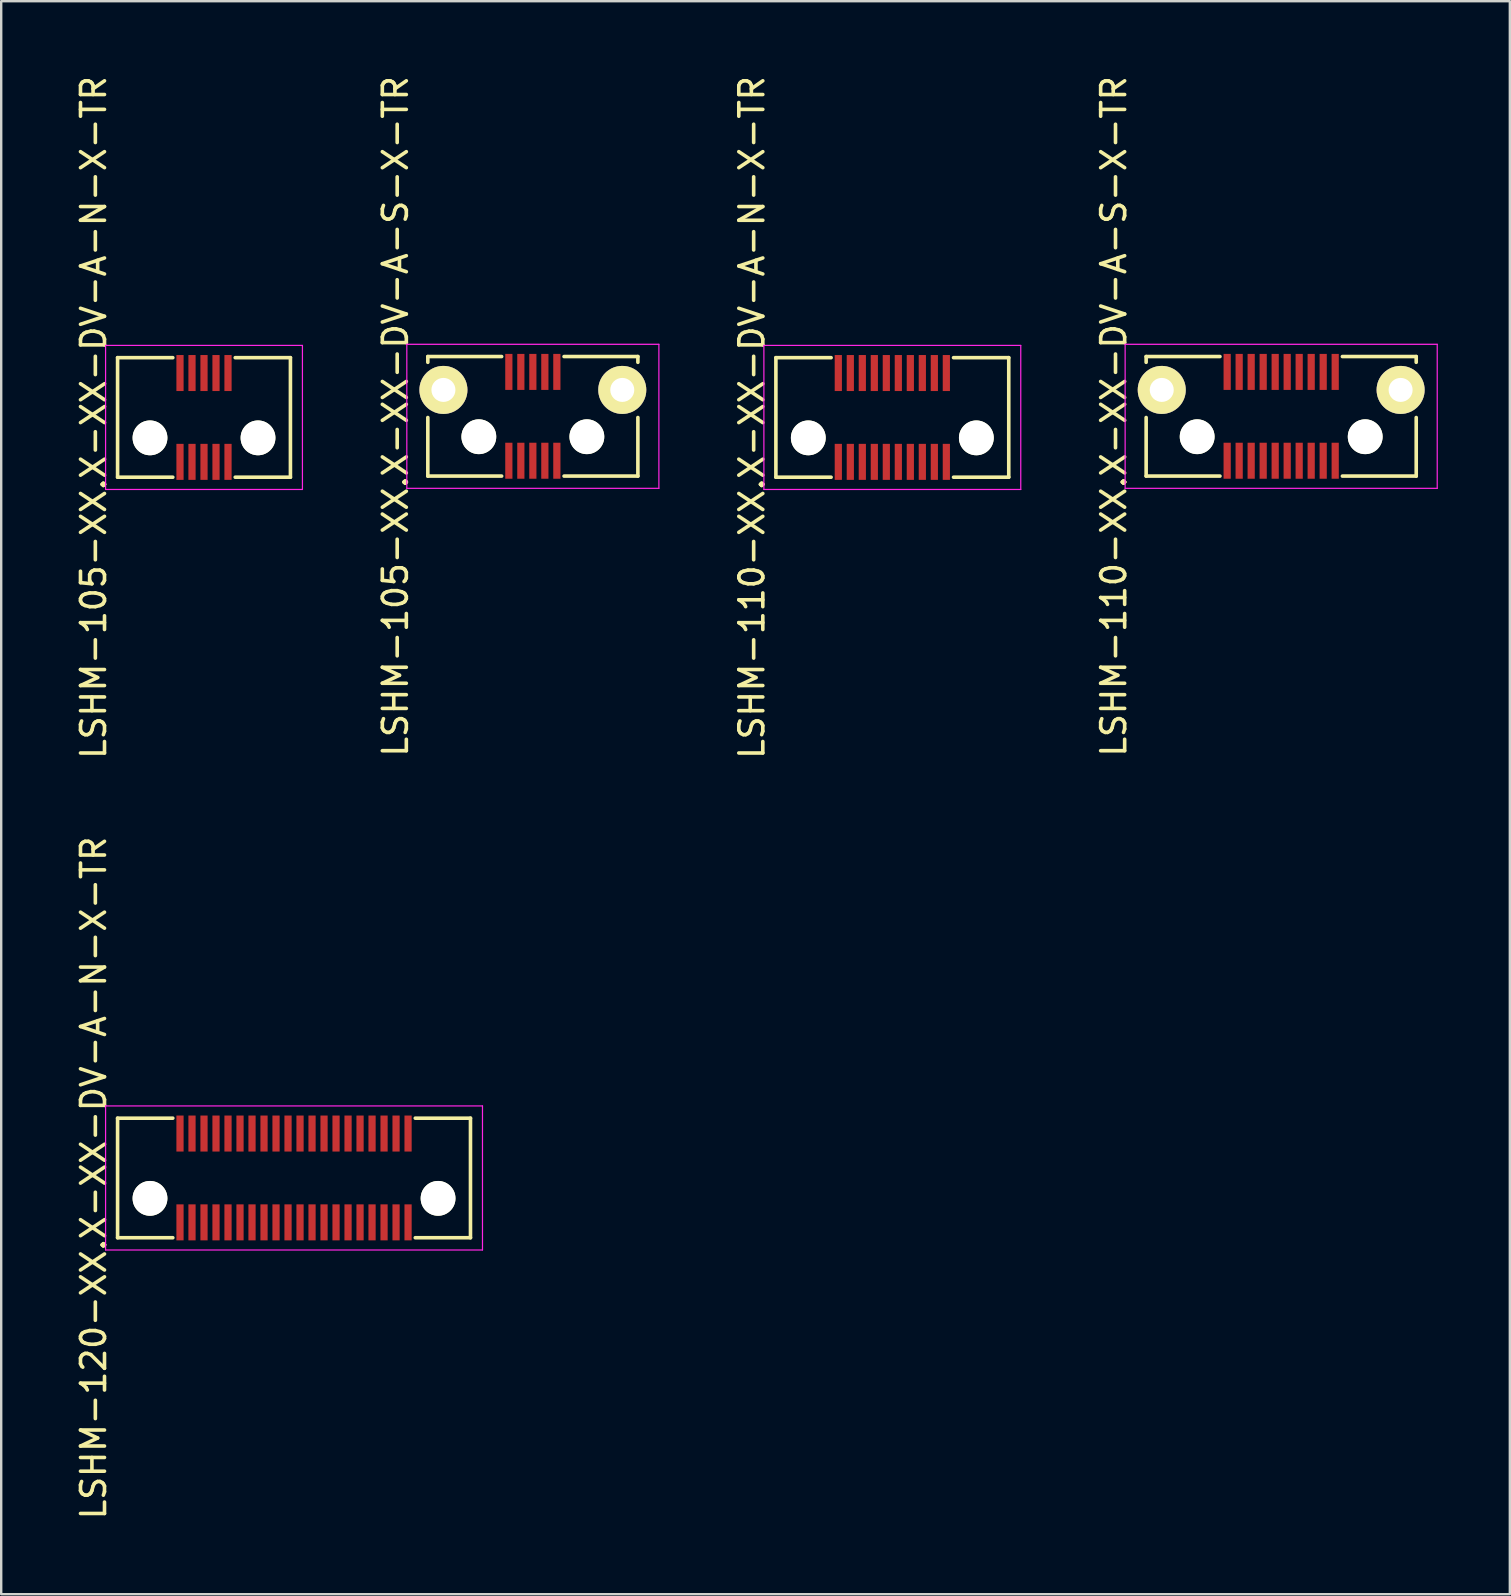
<source format=kicad_pcb>
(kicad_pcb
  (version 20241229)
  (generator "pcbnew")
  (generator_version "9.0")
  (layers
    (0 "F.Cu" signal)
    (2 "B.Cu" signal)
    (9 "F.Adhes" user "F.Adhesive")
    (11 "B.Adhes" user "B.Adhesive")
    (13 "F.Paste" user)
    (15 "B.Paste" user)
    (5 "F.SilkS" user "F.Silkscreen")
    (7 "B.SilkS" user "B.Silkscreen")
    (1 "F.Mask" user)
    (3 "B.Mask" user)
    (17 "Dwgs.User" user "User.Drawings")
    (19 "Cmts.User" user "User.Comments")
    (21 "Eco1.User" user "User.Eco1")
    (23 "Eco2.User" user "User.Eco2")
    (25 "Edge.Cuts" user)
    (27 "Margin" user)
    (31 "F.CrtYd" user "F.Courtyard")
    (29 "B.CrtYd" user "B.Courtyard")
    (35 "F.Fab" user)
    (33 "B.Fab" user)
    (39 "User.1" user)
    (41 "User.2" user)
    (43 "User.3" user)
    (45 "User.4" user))
  (footprint "LSHM-105-XX.X-XX-DV-A-N-X-TR"
    (layer "F.Cu")
    (at 5.448 14.339)
    (property "Reference" "LSHM-105-XX.X-XX-DV-A-N-X-TR" (at -4.6 0 270) (layer "F.SilkS") (effects (font (size 1 1) (thickness 0.15))))
    (attr smd)
    (fp_line (start -3.6 -2.49) (end -3.6 2.49) (stroke (width 0.15) (type solid)) (layer "F.SilkS"))
    (fp_line (start -3.6 -2.49) (end -1.3 -2.49) (stroke (width 0.15) (type solid)) (layer "F.SilkS"))
    (fp_line (start -3.6 2.49) (end -1.3 2.49) (stroke (width 0.15) (type solid)) (layer "F.SilkS"))
    (fp_line (start 1.3 -2.49) (end 3.6 -2.49) (stroke (width 0.15) (type solid)) (layer "F.SilkS"))
    (fp_line (start 1.3 2.49) (end 3.6 2.49) (stroke (width 0.15) (type solid)) (layer "F.SilkS"))
    (fp_line (start 3.6 -2.49) (end 3.6 2.49) (stroke (width 0.15) (type solid)) (layer "F.SilkS"))
    (fp_line (start -4.1 -3) (end -4.1 3) (stroke (width 0.05) (type solid)) (layer "F.CrtYd"))
    (fp_line (start -4.1 -3) (end 4.1 -3) (stroke (width 0.05) (type solid)) (layer "F.CrtYd"))
    (fp_line (start -4.1 3) (end 4.1 3) (stroke (width 0.05) (type solid)) (layer "F.CrtYd"))
    (fp_line (start 4.1 -3) (end 4.1 3) (stroke (width 0.05) (type solid)) (layer "F.CrtYd"))
    (pad "" np_thru_hole circle (at -2.25 0.85) (size 1.45 1.45) (drill 1.45) (layers "*.Cu" "*.Mask" "F.SilkS"))
    (pad "" np_thru_hole circle (at 2.25 0.85) (size 1.45 1.45) (drill 1.45) (layers "*.Cu" "*.Mask" "F.SilkS"))
    (pad "1" smd rect (at 1 1.85) (size 0.3 1.5) (layers "F.Cu" "F.Mask" "F.Paste"))
    (pad "2" smd rect (at 1 -1.85) (size 0.3 1.5) (layers "F.Cu" "F.Mask" "F.Paste"))
    (pad "3" smd rect (at 0.5 1.85) (size 0.3 1.5) (layers "F.Cu" "F.Mask" "F.Paste"))
    (pad "4" smd rect (at 0.5 -1.85) (size 0.3 1.5) (layers "F.Cu" "F.Mask" "F.Paste"))
    (pad "5" smd rect (at 0 1.85) (size 0.3 1.5) (layers "F.Cu" "F.Mask" "F.Paste"))
    (pad "6" smd rect (at 0 -1.85) (size 0.3 1.5) (layers "F.Cu" "F.Mask" "F.Paste"))
    (pad "7" smd rect (at -0.5 1.85) (size 0.3 1.5) (layers "F.Cu" "F.Mask" "F.Paste"))
    (pad "8" smd rect (at -0.5 -1.85) (size 0.3 1.5) (layers "F.Cu" "F.Mask" "F.Paste"))
    (pad "9" smd rect (at -1 1.85) (size 0.3 1.5) (layers "F.Cu" "F.Mask" "F.Paste"))
    (pad "10" smd rect (at -1 -1.85) (size 0.3 1.5) (layers "F.Cu" "F.Mask" "F.Paste")))
  (footprint "LSHM-110-XX.X-XX-DV-A-N-X-TR"
    (layer "F.Cu")
    (at 34.12 14.339)
    (property "Reference" "LSHM-110-XX.X-XX-DV-A-N-X-TR" (at -5.85 0 270) (layer "F.SilkS") (effects (font (size 1 1) (thickness 0.15))))
    (attr smd)
    (fp_line (start -4.85 -2.49) (end -4.85 2.49) (stroke (width 0.15) (type solid)) (layer "F.SilkS"))
    (fp_line (start -4.85 -2.49) (end -2.55 -2.49) (stroke (width 0.15) (type solid)) (layer "F.SilkS"))
    (fp_line (start -4.85 2.49) (end -2.55 2.49) (stroke (width 0.15) (type solid)) (layer "F.SilkS"))
    (fp_line (start 2.55 -2.49) (end 4.85 -2.49) (stroke (width 0.15) (type solid)) (layer "F.SilkS"))
    (fp_line (start 2.55 2.49) (end 4.85 2.49) (stroke (width 0.15) (type solid)) (layer "F.SilkS"))
    (fp_line (start 4.85 -2.49) (end 4.85 2.49) (stroke (width 0.15) (type solid)) (layer "F.SilkS"))
    (fp_line (start -5.35 -3) (end -5.35 3) (stroke (width 0.05) (type solid)) (layer "F.CrtYd"))
    (fp_line (start -5.35 -3) (end 5.35 -3) (stroke (width 0.05) (type solid)) (layer "F.CrtYd"))
    (fp_line (start -5.35 3) (end 5.35 3) (stroke (width 0.05) (type solid)) (layer "F.CrtYd"))
    (fp_line (start 5.35 -3) (end 5.35 3) (stroke (width 0.05) (type solid)) (layer "F.CrtYd"))
    (pad "" np_thru_hole circle (at -3.5 0.85) (size 1.45 1.45) (drill 1.45) (layers "*.Cu" "*.Mask" "F.SilkS"))
    (pad "" np_thru_hole circle (at 3.5 0.85) (size 1.45 1.45) (drill 1.45) (layers "*.Cu" "*.Mask" "F.SilkS"))
    (pad "1" smd rect (at 2.25 1.85) (size 0.3 1.5) (layers "F.Cu" "F.Mask" "F.Paste"))
    (pad "2" smd rect (at 2.25 -1.85) (size 0.3 1.5) (layers "F.Cu" "F.Mask" "F.Paste"))
    (pad "3" smd rect (at 1.75 1.85) (size 0.3 1.5) (layers "F.Cu" "F.Mask" "F.Paste"))
    (pad "4" smd rect (at 1.75 -1.85) (size 0.3 1.5) (layers "F.Cu" "F.Mask" "F.Paste"))
    (pad "5" smd rect (at 1.25 1.85) (size 0.3 1.5) (layers "F.Cu" "F.Mask" "F.Paste"))
    (pad "6" smd rect (at 1.25 -1.85) (size 0.3 1.5) (layers "F.Cu" "F.Mask" "F.Paste"))
    (pad "7" smd rect (at 0.75 1.85) (size 0.3 1.5) (layers "F.Cu" "F.Mask" "F.Paste"))
    (pad "8" smd rect (at 0.75 -1.85) (size 0.3 1.5) (layers "F.Cu" "F.Mask" "F.Paste"))
    (pad "9" smd rect (at 0.25 1.85) (size 0.3 1.5) (layers "F.Cu" "F.Mask" "F.Paste"))
    (pad "10" smd rect (at 0.25 -1.85) (size 0.3 1.5) (layers "F.Cu" "F.Mask" "F.Paste"))
    (pad "11" smd rect (at -0.25 1.85) (size 0.3 1.5) (layers "F.Cu" "F.Mask" "F.Paste"))
    (pad "12" smd rect (at -0.25 -1.85) (size 0.3 1.5) (layers "F.Cu" "F.Mask" "F.Paste"))
    (pad "13" smd rect (at -0.75 1.85) (size 0.3 1.5) (layers "F.Cu" "F.Mask" "F.Paste"))
    (pad "14" smd rect (at -0.75 -1.85) (size 0.3 1.5) (layers "F.Cu" "F.Mask" "F.Paste"))
    (pad "15" smd rect (at -1.25 1.85) (size 0.3 1.5) (layers "F.Cu" "F.Mask" "F.Paste"))
    (pad "16" smd rect (at -1.25 -1.85) (size 0.3 1.5) (layers "F.Cu" "F.Mask" "F.Paste"))
    (pad "17" smd rect (at -1.75 1.85) (size 0.3 1.5) (layers "F.Cu" "F.Mask" "F.Paste"))
    (pad "18" smd rect (at -1.75 -1.85) (size 0.3 1.5) (layers "F.Cu" "F.Mask" "F.Paste"))
    (pad "19" smd rect (at -2.25 1.85) (size 0.3 1.5) (layers "F.Cu" "F.Mask" "F.Paste"))
    (pad "20" smd rect (at -2.25 -1.85) (size 0.3 1.5) (layers "F.Cu" "F.Mask" "F.Paste")))
  (footprint "LSHM-105-XX.X-XX-DV-A-S-X-TR"
    (layer "F.Cu")
    (at 19.146 14.292)
    (property "Reference" "LSHM-105-XX.X-XX-DV-A-S-X-TR" (at -5.725 0 270) (layer "F.SilkS") (effects (font (size 1 1) (thickness 0.15))))
    (attr smd)
    (fp_line (start -4.375 -2.49) (end -4.375 -2.25) (stroke (width 0.15) (type solid)) (layer "F.SilkS"))
    (fp_line (start -4.375 -2.49) (end -1.3 -2.49) (stroke (width 0.15) (type solid)) (layer "F.SilkS"))
    (fp_line (start -4.375 0.05) (end -4.375 2.49) (stroke (width 0.15) (type solid)) (layer "F.SilkS"))
    (fp_line (start -4.375 2.49) (end -1.3 2.49) (stroke (width 0.15) (type solid)) (layer "F.SilkS"))
    (fp_line (start 1.3 -2.49) (end 4.375 -2.49) (stroke (width 0.15) (type solid)) (layer "F.SilkS"))
    (fp_line (start 1.3 2.49) (end 4.375 2.49) (stroke (width 0.15) (type solid)) (layer "F.SilkS"))
    (fp_line (start 4.375 -2.49) (end 4.375 -2.25) (stroke (width 0.15) (type solid)) (layer "F.SilkS"))
    (fp_line (start 4.375 0.05) (end 4.375 2.49) (stroke (width 0.15) (type solid)) (layer "F.SilkS"))
    (fp_line (start -5.25 -3) (end -5.25 3) (stroke (width 0.05) (type solid)) (layer "F.CrtYd"))
    (fp_line (start -5.25 -3) (end 5.25 -3) (stroke (width 0.05) (type solid)) (layer "F.CrtYd"))
    (fp_line (start -5.25 3) (end 5.25 3) (stroke (width 0.05) (type solid)) (layer "F.CrtYd"))
    (fp_line (start 5.25 -3) (end 5.25 3) (stroke (width 0.05) (type solid)) (layer "F.CrtYd"))
    (pad "" np_thru_hole circle (at -2.25 0.85) (size 1.45 1.45) (drill 1.45) (layers "*.Cu" "*.Mask" "F.SilkS"))
    (pad "" np_thru_hole circle (at 2.25 0.85) (size 1.45 1.45) (drill 1.45) (layers "*.Cu" "*.Mask" "F.SilkS"))
    (pad "1" smd rect (at 1 1.85) (size 0.3 1.5) (layers "F.Cu" "F.Mask" "F.Paste"))
    (pad "2" smd rect (at 1 -1.85) (size 0.3 1.5) (layers "F.Cu" "F.Mask" "F.Paste"))
    (pad "3" smd rect (at 0.5 1.85) (size 0.3 1.5) (layers "F.Cu" "F.Mask" "F.Paste"))
    (pad "4" smd rect (at 0.5 -1.85) (size 0.3 1.5) (layers "F.Cu" "F.Mask" "F.Paste"))
    (pad "5" smd rect (at 0 1.85) (size 0.3 1.5) (layers "F.Cu" "F.Mask" "F.Paste"))
    (pad "6" smd rect (at 0 -1.85) (size 0.3 1.5) (layers "F.Cu" "F.Mask" "F.Paste"))
    (pad "7" smd rect (at -0.5 1.85) (size 0.3 1.5) (layers "F.Cu" "F.Mask" "F.Paste"))
    (pad "8" smd rect (at -0.5 -1.85) (size 0.3 1.5) (layers "F.Cu" "F.Mask" "F.Paste"))
    (pad "9" smd rect (at -1 1.85) (size 0.3 1.5) (layers "F.Cu" "F.Mask" "F.Paste"))
    (pad "10" smd rect (at -1 -1.85) (size 0.3 1.5) (layers "F.Cu" "F.Mask" "F.Paste"))
    (pad "F1" thru_hole circle (at -3.725 -1.1) (size 2 2) (drill 1) (layers "*.Cu" "*.Mask" "F.SilkS"))
    (pad "F2" thru_hole circle (at 3.725 -1.1) (size 2 2) (drill 1) (layers "*.Cu" "*.Mask" "F.SilkS")))
  (footprint "LSHM-110-XX.X-XX-DV-A-S-X-TR"
    (layer "F.Cu")
    (at 50.318 14.292)
    (property "Reference" "LSHM-110-XX.X-XX-DV-A-S-X-TR" (at -6.975 0 270) (layer "F.SilkS") (effects (font (size 1 1) (thickness 0.15))))
    (attr smd)
    (fp_line (start -5.625 -2.49) (end -5.625 -2.25) (stroke (width 0.15) (type solid)) (layer "F.SilkS"))
    (fp_line (start -5.625 -2.49) (end -2.55 -2.49) (stroke (width 0.15) (type solid)) (layer "F.SilkS"))
    (fp_line (start -5.625 0.05) (end -5.625 2.49) (stroke (width 0.15) (type solid)) (layer "F.SilkS"))
    (fp_line (start -5.625 2.49) (end -2.55 2.49) (stroke (width 0.15) (type solid)) (layer "F.SilkS"))
    (fp_line (start 2.55 -2.49) (end 5.625 -2.49) (stroke (width 0.15) (type solid)) (layer "F.SilkS"))
    (fp_line (start 2.55 2.49) (end 5.625 2.49) (stroke (width 0.15) (type solid)) (layer "F.SilkS"))
    (fp_line (start 5.625 -2.49) (end 5.625 -2.25) (stroke (width 0.15) (type solid)) (layer "F.SilkS"))
    (fp_line (start 5.625 0.05) (end 5.625 2.49) (stroke (width 0.15) (type solid)) (layer "F.SilkS"))
    (fp_line (start -6.5 -3) (end -6.5 3) (stroke (width 0.05) (type solid)) (layer "F.CrtYd"))
    (fp_line (start -6.5 -3) (end 6.5 -3) (stroke (width 0.05) (type solid)) (layer "F.CrtYd"))
    (fp_line (start -6.5 3) (end 6.5 3) (stroke (width 0.05) (type solid)) (layer "F.CrtYd"))
    (fp_line (start 6.5 -3) (end 6.5 3) (stroke (width 0.05) (type solid)) (layer "F.CrtYd"))
    (pad "" np_thru_hole circle (at -3.5 0.85) (size 1.45 1.45) (drill 1.45) (layers "*.Cu" "*.Mask" "F.SilkS"))
    (pad "" np_thru_hole circle (at 3.5 0.85) (size 1.45 1.45) (drill 1.45) (layers "*.Cu" "*.Mask" "F.SilkS"))
    (pad "1" smd rect (at 2.25 1.85) (size 0.3 1.5) (layers "F.Cu" "F.Mask" "F.Paste"))
    (pad "2" smd rect (at 2.25 -1.85) (size 0.3 1.5) (layers "F.Cu" "F.Mask" "F.Paste"))
    (pad "3" smd rect (at 1.75 1.85) (size 0.3 1.5) (layers "F.Cu" "F.Mask" "F.Paste"))
    (pad "4" smd rect (at 1.75 -1.85) (size 0.3 1.5) (layers "F.Cu" "F.Mask" "F.Paste"))
    (pad "5" smd rect (at 1.25 1.85) (size 0.3 1.5) (layers "F.Cu" "F.Mask" "F.Paste"))
    (pad "6" smd rect (at 1.25 -1.85) (size 0.3 1.5) (layers "F.Cu" "F.Mask" "F.Paste"))
    (pad "7" smd rect (at 0.75 1.85) (size 0.3 1.5) (layers "F.Cu" "F.Mask" "F.Paste"))
    (pad "8" smd rect (at 0.75 -1.85) (size 0.3 1.5) (layers "F.Cu" "F.Mask" "F.Paste"))
    (pad "9" smd rect (at 0.25 1.85) (size 0.3 1.5) (layers "F.Cu" "F.Mask" "F.Paste"))
    (pad "10" smd rect (at 0.25 -1.85) (size 0.3 1.5) (layers "F.Cu" "F.Mask" "F.Paste"))
    (pad "11" smd rect (at -0.25 1.85) (size 0.3 1.5) (layers "F.Cu" "F.Mask" "F.Paste"))
    (pad "12" smd rect (at -0.25 -1.85) (size 0.3 1.5) (layers "F.Cu" "F.Mask" "F.Paste"))
    (pad "13" smd rect (at -0.75 1.85) (size 0.3 1.5) (layers "F.Cu" "F.Mask" "F.Paste"))
    (pad "14" smd rect (at -0.75 -1.85) (size 0.3 1.5) (layers "F.Cu" "F.Mask" "F.Paste"))
    (pad "15" smd rect (at -1.25 1.85) (size 0.3 1.5) (layers "F.Cu" "F.Mask" "F.Paste"))
    (pad "16" smd rect (at -1.25 -1.85) (size 0.3 1.5) (layers "F.Cu" "F.Mask" "F.Paste"))
    (pad "17" smd rect (at -1.75 1.85) (size 0.3 1.5) (layers "F.Cu" "F.Mask" "F.Paste"))
    (pad "18" smd rect (at -1.75 -1.85) (size 0.3 1.5) (layers "F.Cu" "F.Mask" "F.Paste"))
    (pad "19" smd rect (at -2.25 1.85) (size 0.3 1.5) (layers "F.Cu" "F.Mask" "F.Paste"))
    (pad "20" smd rect (at -2.25 -1.85) (size 0.3 1.5) (layers "F.Cu" "F.Mask" "F.Paste"))
    (pad "F1" thru_hole circle (at -4.975 -1.1) (size 2 2) (drill 1) (layers "*.Cu" "*.Mask" "F.SilkS"))
    (pad "F2" thru_hole circle (at 4.975 -1.1) (size 2 2) (drill 1) (layers "*.Cu" "*.Mask" "F.SilkS")))
  (footprint "LSHM-120-XX.X-XX-DV-A-N-X-TR"
    (layer "F.Cu")
    (at 9.198 46.018)
    (property "Reference" "LSHM-120-XX.X-XX-DV-A-N-X-TR" (at -8.35 0 270) (layer "F.SilkS") (effects (font (size 1 1) (thickness 0.15))))
    (attr smd)
    (fp_line (start -7.35 -2.49) (end -7.35 2.49) (stroke (width 0.15) (type solid)) (layer "F.SilkS"))
    (fp_line (start -7.35 -2.49) (end -5.05 -2.49) (stroke (width 0.15) (type solid)) (layer "F.SilkS"))
    (fp_line (start -7.35 2.49) (end -5.05 2.49) (stroke (width 0.15) (type solid)) (layer "F.SilkS"))
    (fp_line (start 5.05 -2.49) (end 7.35 -2.49) (stroke (width 0.15) (type solid)) (layer "F.SilkS"))
    (fp_line (start 5.05 2.49) (end 7.35 2.49) (stroke (width 0.15) (type solid)) (layer "F.SilkS"))
    (fp_line (start 7.35 -2.49) (end 7.35 2.49) (stroke (width 0.15) (type solid)) (layer "F.SilkS"))
    (fp_line (start -7.85 -3) (end -7.85 3) (stroke (width 0.05) (type solid)) (layer "F.CrtYd"))
    (fp_line (start -7.85 -3) (end 7.85 -3) (stroke (width 0.05) (type solid)) (layer "F.CrtYd"))
    (fp_line (start -7.85 3) (end 7.85 3) (stroke (width 0.05) (type solid)) (layer "F.CrtYd"))
    (fp_line (start 7.85 -3) (end 7.85 3) (stroke (width 0.05) (type solid)) (layer "F.CrtYd"))
    (pad "" np_thru_hole circle (at -6 0.85) (size 1.45 1.45) (drill 1.45) (layers "*.Cu" "*.Mask" "F.SilkS"))
    (pad "" np_thru_hole circle (at 6 0.85) (size 1.45 1.45) (drill 1.45) (layers "*.Cu" "*.Mask" "F.SilkS"))
    (pad "1" smd rect (at 4.75 1.85) (size 0.3 1.5) (layers "F.Cu" "F.Mask" "F.Paste"))
    (pad "2" smd rect (at 4.75 -1.85) (size 0.3 1.5) (layers "F.Cu" "F.Mask" "F.Paste"))
    (pad "3" smd rect (at 4.25 1.85) (size 0.3 1.5) (layers "F.Cu" "F.Mask" "F.Paste"))
    (pad "4" smd rect (at 4.25 -1.85) (size 0.3 1.5) (layers "F.Cu" "F.Mask" "F.Paste"))
    (pad "5" smd rect (at 3.75 1.85) (size 0.3 1.5) (layers "F.Cu" "F.Mask" "F.Paste"))
    (pad "6" smd rect (at 3.75 -1.85) (size 0.3 1.5) (layers "F.Cu" "F.Mask" "F.Paste"))
    (pad "7" smd rect (at 3.25 1.85) (size 0.3 1.5) (layers "F.Cu" "F.Mask" "F.Paste"))
    (pad "8" smd rect (at 3.25 -1.85) (size 0.3 1.5) (layers "F.Cu" "F.Mask" "F.Paste"))
    (pad "9" smd rect (at 2.75 1.85) (size 0.3 1.5) (layers "F.Cu" "F.Mask" "F.Paste"))
    (pad "10" smd rect (at 2.75 -1.85) (size 0.3 1.5) (layers "F.Cu" "F.Mask" "F.Paste"))
    (pad "11" smd rect (at 2.25 1.85) (size 0.3 1.5) (layers "F.Cu" "F.Mask" "F.Paste"))
    (pad "12" smd rect (at 2.25 -1.85) (size 0.3 1.5) (layers "F.Cu" "F.Mask" "F.Paste"))
    (pad "13" smd rect (at 1.75 1.85) (size 0.3 1.5) (layers "F.Cu" "F.Mask" "F.Paste"))
    (pad "14" smd rect (at 1.75 -1.85) (size 0.3 1.5) (layers "F.Cu" "F.Mask" "F.Paste"))
    (pad "15" smd rect (at 1.25 1.85) (size 0.3 1.5) (layers "F.Cu" "F.Mask" "F.Paste"))
    (pad "16" smd rect (at 1.25 -1.85) (size 0.3 1.5) (layers "F.Cu" "F.Mask" "F.Paste"))
    (pad "17" smd rect (at 0.75 1.85) (size 0.3 1.5) (layers "F.Cu" "F.Mask" "F.Paste"))
    (pad "18" smd rect (at 0.75 -1.85) (size 0.3 1.5) (layers "F.Cu" "F.Mask" "F.Paste"))
    (pad "19" smd rect (at 0.25 1.85) (size 0.3 1.5) (layers "F.Cu" "F.Mask" "F.Paste"))
    (pad "20" smd rect (at 0.25 -1.85) (size 0.3 1.5) (layers "F.Cu" "F.Mask" "F.Paste"))
    (pad "21" smd rect (at -0.25 1.85) (size 0.3 1.5) (layers "F.Cu" "F.Mask" "F.Paste"))
    (pad "22" smd rect (at -0.25 -1.85) (size 0.3 1.5) (layers "F.Cu" "F.Mask" "F.Paste"))
    (pad "23" smd rect (at -0.75 1.85) (size 0.3 1.5) (layers "F.Cu" "F.Mask" "F.Paste"))
    (pad "24" smd rect (at -0.75 -1.85) (size 0.3 1.5) (layers "F.Cu" "F.Mask" "F.Paste"))
    (pad "25" smd rect (at -1.25 1.85) (size 0.3 1.5) (layers "F.Cu" "F.Mask" "F.Paste"))
    (pad "26" smd rect (at -1.25 -1.85) (size 0.3 1.5) (layers "F.Cu" "F.Mask" "F.Paste"))
    (pad "27" smd rect (at -1.75 1.85) (size 0.3 1.5) (layers "F.Cu" "F.Mask" "F.Paste"))
    (pad "28" smd rect (at -1.75 -1.85) (size 0.3 1.5) (layers "F.Cu" "F.Mask" "F.Paste"))
    (pad "29" smd rect (at -2.25 1.85) (size 0.3 1.5) (layers "F.Cu" "F.Mask" "F.Paste"))
    (pad "30" smd rect (at -2.25 -1.85) (size 0.3 1.5) (layers "F.Cu" "F.Mask" "F.Paste"))
    (pad "31" smd rect (at -2.75 1.85) (size 0.3 1.5) (layers "F.Cu" "F.Mask" "F.Paste"))
    (pad "32" smd rect (at -2.75 -1.85) (size 0.3 1.5) (layers "F.Cu" "F.Mask" "F.Paste"))
    (pad "33" smd rect (at -3.25 1.85) (size 0.3 1.5) (layers "F.Cu" "F.Mask" "F.Paste"))
    (pad "34" smd rect (at -3.25 -1.85) (size 0.3 1.5) (layers "F.Cu" "F.Mask" "F.Paste"))
    (pad "35" smd rect (at -3.75 1.85) (size 0.3 1.5) (layers "F.Cu" "F.Mask" "F.Paste"))
    (pad "36" smd rect (at -3.75 -1.85) (size 0.3 1.5) (layers "F.Cu" "F.Mask" "F.Paste"))
    (pad "37" smd rect (at -4.25 1.85) (size 0.3 1.5) (layers "F.Cu" "F.Mask" "F.Paste"))
    (pad "38" smd rect (at -4.25 -1.85) (size 0.3 1.5) (layers "F.Cu" "F.Mask" "F.Paste"))
    (pad "39" smd rect (at -4.75 1.85) (size 0.3 1.5) (layers "F.Cu" "F.Mask" "F.Paste"))
    (pad "40" smd rect (at -4.75 -1.85) (size 0.3 1.5) (layers "F.Cu" "F.Mask" "F.Paste")))
  (gr_rect
    (start -3 -3)
    (end 59.843 63.357)
    (stroke (width 0.1) (type default))
    (fill no)
    (layer "Edge.Cuts")))
</source>
